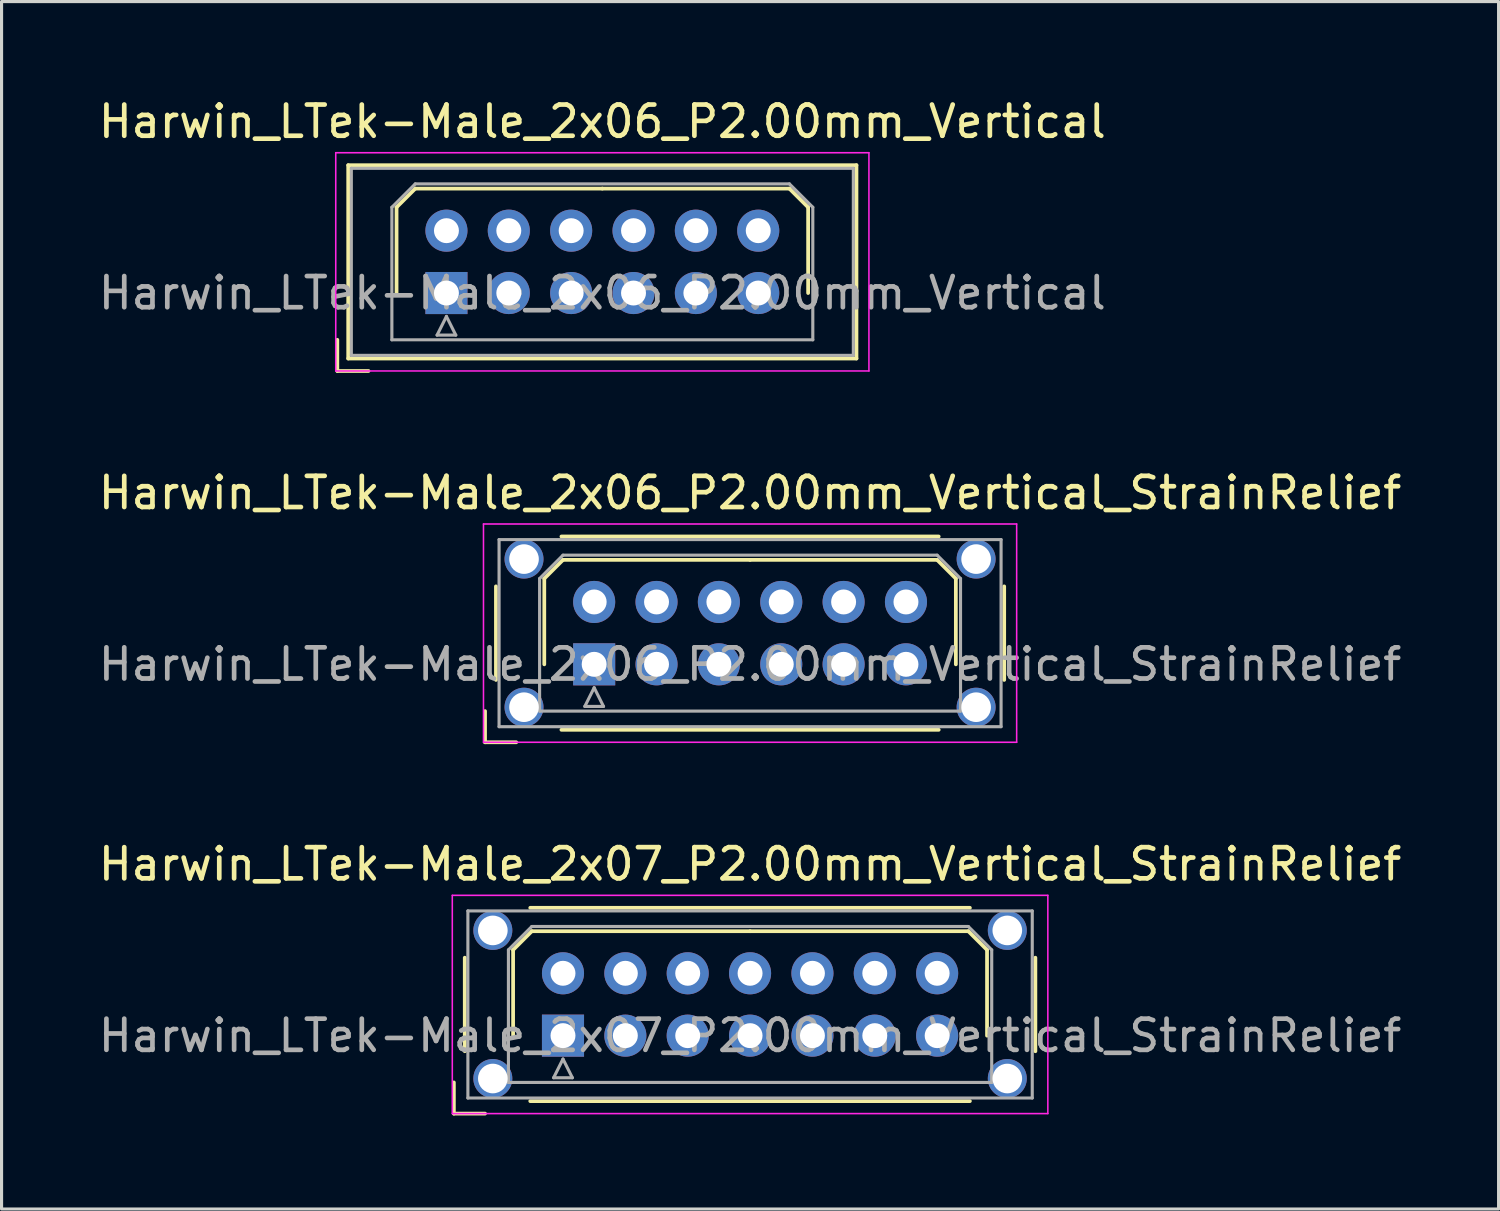
<source format=kicad_pcb>
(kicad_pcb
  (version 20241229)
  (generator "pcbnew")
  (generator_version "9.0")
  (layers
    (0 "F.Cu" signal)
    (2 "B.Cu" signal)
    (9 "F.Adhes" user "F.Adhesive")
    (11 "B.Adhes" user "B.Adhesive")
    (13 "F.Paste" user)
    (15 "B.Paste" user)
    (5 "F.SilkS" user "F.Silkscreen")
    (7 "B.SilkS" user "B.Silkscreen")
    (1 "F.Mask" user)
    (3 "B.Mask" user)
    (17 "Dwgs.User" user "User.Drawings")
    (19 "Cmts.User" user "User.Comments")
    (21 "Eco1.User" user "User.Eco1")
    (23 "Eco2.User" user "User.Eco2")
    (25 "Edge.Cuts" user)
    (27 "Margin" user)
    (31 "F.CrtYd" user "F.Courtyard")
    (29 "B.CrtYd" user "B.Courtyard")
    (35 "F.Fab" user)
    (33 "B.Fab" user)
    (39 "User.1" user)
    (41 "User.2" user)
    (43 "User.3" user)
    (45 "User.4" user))
  (footprint "Harwin_LTek-Male_2x07_P2.00mm_Vertical_StrainRelief"
    (layer "F.Cu")
    (at 15.006 30.165)
    (property "Reference" "Harwin_LTek-Male_2x07_P2.00mm_Vertical_StrainRelief" (at 6 -5.5 0) (layer "F.SilkS") (effects (font (size 1 1) (thickness 0.15))))
    (attr through_hole)
    (fp_line (start -3.5 1.5) (end -3.5 2.5) (stroke (width 0.12) (type solid)) (layer "F.SilkS"))
    (fp_line (start -3.5 2.5) (end -2.5 2.5) (stroke (width 0.12) (type solid)) (layer "F.SilkS"))
    (fp_line (start -3.15 -2.5) (end -3.15 0.5) (stroke (width 0.12) (type solid)) (layer "F.SilkS"))
    (fp_line (start -1.6 -2.75) (end -1 -3.35) (stroke (width 0.12) (type solid)) (layer "F.SilkS"))
    (fp_line (start -1.6 0) (end -1.6 -2.75) (stroke (width 0.12) (type solid)) (layer "F.SilkS"))
    (fp_line (start -1.05 -4.1) (end 13.05 -4.1) (stroke (width 0.12) (type solid)) (layer "F.SilkS"))
    (fp_line (start -1.05 2.1) (end 13.05 2.1) (stroke (width 0.12) (type solid)) (layer "F.SilkS"))
    (fp_line (start -1 -3.35) (end 6 -3.35) (stroke (width 0.12) (type solid)) (layer "F.SilkS"))
    (fp_line (start 13 -3.35) (end 6 -3.35) (stroke (width 0.12) (type solid)) (layer "F.SilkS"))
    (fp_line (start 13.6 -2.75) (end 13 -3.35) (stroke (width 0.12) (type solid)) (layer "F.SilkS"))
    (fp_line (start 13.6 0) (end 13.6 -2.75) (stroke (width 0.12) (type solid)) (layer "F.SilkS"))
    (fp_line (start 15.15 -2.5) (end 15.15 0.5) (stroke (width 0.12) (type solid)) (layer "F.SilkS"))
    (fp_line (start -3.55 -4.5) (end -3.55 2.5) (stroke (width 0.05) (type solid)) (layer "F.CrtYd"))
    (fp_line (start -3.55 2.5) (end 15.55 2.5) (stroke (width 0.05) (type solid)) (layer "F.CrtYd"))
    (fp_line (start 15.55 -4.5) (end -3.55 -4.5) (stroke (width 0.05) (type solid)) (layer "F.CrtYd"))
    (fp_line (start 15.55 2.5) (end 15.55 -4.5) (stroke (width 0.05) (type solid)) (layer "F.CrtYd"))
    (fp_line (start -3.05 -4) (end -3.05 2) (stroke (width 0.1) (type solid)) (layer "F.Fab"))
    (fp_line (start -3.05 2) (end 15.05 2) (stroke (width 0.1) (type solid)) (layer "F.Fab"))
    (fp_line (start -1.75 -2.75) (end -1 -3.5) (stroke (width 0.1) (type solid)) (layer "F.Fab"))
    (fp_line (start -1.75 1.5) (end -1.75 -2.75) (stroke (width 0.1) (type solid)) (layer "F.Fab"))
    (fp_line (start -1 -3.5) (end 13 -3.5) (stroke (width 0.1) (type solid)) (layer "F.Fab"))
    (fp_line (start -0.3 1.35) (end 0.3 1.35) (stroke (width 0.1) (type solid)) (layer "F.Fab"))
    (fp_line (start 0 0.75) (end -0.3 1.35) (stroke (width 0.1) (type solid)) (layer "F.Fab"))
    (fp_line (start 0.3 1.35) (end 0 0.75) (stroke (width 0.1) (type solid)) (layer "F.Fab"))
    (fp_line (start 13 -3.5) (end 13.75 -2.75) (stroke (width 0.1) (type solid)) (layer "F.Fab"))
    (fp_line (start 13.75 -2.75) (end 13.75 1.5) (stroke (width 0.1) (type solid)) (layer "F.Fab"))
    (fp_line (start 13.75 1.5) (end -1.75 1.5) (stroke (width 0.1) (type solid)) (layer "F.Fab"))
    (fp_line (start 15.05 -4) (end -3.05 -4) (stroke (width 0.1) (type solid)) (layer "F.Fab"))
    (fp_line (start 15.05 2) (end 15.05 -4) (stroke (width 0.1) (type solid)) (layer "F.Fab"))
    (fp_text user "${REFERENCE}" (at 6 0 0) (layer "F.Fab") (effects (font (size 1 1) (thickness 0.15))))
    (pad "" thru_hole circle (at -2.25 -3.375) (size 1.25 1.25) (drill 0.95) (layers "*.Cu" "*.Mask"))
    (pad "" thru_hole circle (at -2.25 1.375) (size 1.25 1.25) (drill 0.95) (layers "*.Cu" "*.Mask"))
    (pad "" thru_hole circle (at 14.25 -3.375) (size 1.25 1.25) (drill 0.95) (layers "*.Cu" "*.Mask"))
    (pad "" thru_hole circle (at 14.25 1.375) (size 1.25 1.25) (drill 0.95) (layers "*.Cu" "*.Mask"))
    (pad "1" thru_hole rect (at 0 0) (size 1.35 1.35) (drill 0.8) (layers "*.Cu" "*.Mask"))
    (pad "2" thru_hole circle (at 0 -2) (size 1.35 1.35) (drill 0.8) (layers "*.Cu" "*.Mask"))
    (pad "3" thru_hole circle (at 2 0) (size 1.35 1.35) (drill 0.8) (layers "*.Cu" "*.Mask"))
    (pad "4" thru_hole circle (at 2 -2) (size 1.35 1.35) (drill 0.8) (layers "*.Cu" "*.Mask"))
    (pad "5" thru_hole circle (at 4 0) (size 1.35 1.35) (drill 0.8) (layers "*.Cu" "*.Mask"))
    (pad "6" thru_hole circle (at 4 -2) (size 1.35 1.35) (drill 0.8) (layers "*.Cu" "*.Mask"))
    (pad "7" thru_hole circle (at 6 0) (size 1.35 1.35) (drill 0.8) (layers "*.Cu" "*.Mask"))
    (pad "8" thru_hole circle (at 6 -2) (size 1.35 1.35) (drill 0.8) (layers "*.Cu" "*.Mask"))
    (pad "9" thru_hole circle (at 8 0) (size 1.35 1.35) (drill 0.8) (layers "*.Cu" "*.Mask"))
    (pad "10" thru_hole circle (at 8 -2) (size 1.35 1.35) (drill 0.8) (layers "*.Cu" "*.Mask"))
    (pad "11" thru_hole circle (at 10 0) (size 1.35 1.35) (drill 0.8) (layers "*.Cu" "*.Mask"))
    (pad "12" thru_hole circle (at 10 -2) (size 1.35 1.35) (drill 0.8) (layers "*.Cu" "*.Mask"))
    (pad "13" thru_hole circle (at 12 0) (size 1.35 1.35) (drill 0.8) (layers "*.Cu" "*.Mask"))
    (pad "14" thru_hole circle (at 12 -2) (size 1.35 1.35) (drill 0.8) (layers "*.Cu" "*.Mask")))
  (footprint "Harwin_LTek-Male_2x06_P2.00mm_Vertical"
    (layer "F.Cu")
    (at 11.268 6.348)
    (property "Reference" "Harwin_LTek-Male_2x06_P2.00mm_Vertical" (at 5 -5.5 0) (layer "F.SilkS") (effects (font (size 1 1) (thickness 0.15))))
    (attr through_hole)
    (fp_line (start -3.5 1.5) (end -3.5 2.5) (stroke (width 0.12) (type solid)) (layer "F.SilkS"))
    (fp_line (start -3.5 2.5) (end -2.5 2.5) (stroke (width 0.12) (type solid)) (layer "F.SilkS"))
    (fp_line (start -3.15 -4.1) (end -3.15 2.1) (stroke (width 0.12) (type solid)) (layer "F.SilkS"))
    (fp_line (start -3.15 2.1) (end 13.15 2.1) (stroke (width 0.12) (type solid)) (layer "F.SilkS"))
    (fp_line (start -1.6 -2.75) (end -1 -3.35) (stroke (width 0.12) (type solid)) (layer "F.SilkS"))
    (fp_line (start -1.6 0) (end -1.6 -2.75) (stroke (width 0.12) (type solid)) (layer "F.SilkS"))
    (fp_line (start -1 -3.35) (end 5 -3.35) (stroke (width 0.12) (type solid)) (layer "F.SilkS"))
    (fp_line (start 11 -3.35) (end 5 -3.35) (stroke (width 0.12) (type solid)) (layer "F.SilkS"))
    (fp_line (start 11.6 -2.75) (end 11 -3.35) (stroke (width 0.12) (type solid)) (layer "F.SilkS"))
    (fp_line (start 11.6 0) (end 11.6 -2.75) (stroke (width 0.12) (type solid)) (layer "F.SilkS"))
    (fp_line (start 13.15 -4.1) (end -3.15 -4.1) (stroke (width 0.12) (type solid)) (layer "F.SilkS"))
    (fp_line (start 13.15 2.1) (end 13.15 -4.1) (stroke (width 0.12) (type solid)) (layer "F.SilkS"))
    (fp_line (start -3.55 -4.5) (end -3.55 2.5) (stroke (width 0.05) (type solid)) (layer "F.CrtYd"))
    (fp_line (start -3.55 2.5) (end 13.55 2.5) (stroke (width 0.05) (type solid)) (layer "F.CrtYd"))
    (fp_line (start 13.55 -4.5) (end -3.55 -4.5) (stroke (width 0.05) (type solid)) (layer "F.CrtYd"))
    (fp_line (start 13.55 2.5) (end 13.55 -4.5) (stroke (width 0.05) (type solid)) (layer "F.CrtYd"))
    (fp_line (start -3.05 -4) (end -3.05 2) (stroke (width 0.1) (type solid)) (layer "F.Fab"))
    (fp_line (start -3.05 2) (end 13.05 2) (stroke (width 0.1) (type solid)) (layer "F.Fab"))
    (fp_line (start -1.75 -2.75) (end -1 -3.5) (stroke (width 0.1) (type solid)) (layer "F.Fab"))
    (fp_line (start -1.75 1.5) (end -1.75 -2.75) (stroke (width 0.1) (type solid)) (layer "F.Fab"))
    (fp_line (start -1 -3.5) (end 11 -3.5) (stroke (width 0.1) (type solid)) (layer "F.Fab"))
    (fp_line (start -0.3 1.35) (end 0.3 1.35) (stroke (width 0.1) (type solid)) (layer "F.Fab"))
    (fp_line (start 0 0.75) (end -0.3 1.35) (stroke (width 0.1) (type solid)) (layer "F.Fab"))
    (fp_line (start 0.3 1.35) (end 0 0.75) (stroke (width 0.1) (type solid)) (layer "F.Fab"))
    (fp_line (start 11 -3.5) (end 11.75 -2.75) (stroke (width 0.1) (type solid)) (layer "F.Fab"))
    (fp_line (start 11.75 -2.75) (end 11.75 1.5) (stroke (width 0.1) (type solid)) (layer "F.Fab"))
    (fp_line (start 11.75 1.5) (end -1.75 1.5) (stroke (width 0.1) (type solid)) (layer "F.Fab"))
    (fp_line (start 13.05 -4) (end -3.05 -4) (stroke (width 0.1) (type solid)) (layer "F.Fab"))
    (fp_line (start 13.05 2) (end 13.05 -4) (stroke (width 0.1) (type solid)) (layer "F.Fab"))
    (fp_text user "${REFERENCE}" (at 5 0 0) (layer "F.Fab") (effects (font (size 1 1) (thickness 0.15))))
    (pad "1" thru_hole rect (at 0 0) (size 1.35 1.35) (drill 0.8) (layers "*.Cu" "*.Mask"))
    (pad "2" thru_hole circle (at 0 -2) (size 1.35 1.35) (drill 0.8) (layers "*.Cu" "*.Mask"))
    (pad "3" thru_hole circle (at 2 0) (size 1.35 1.35) (drill 0.8) (layers "*.Cu" "*.Mask"))
    (pad "4" thru_hole circle (at 2 -2) (size 1.35 1.35) (drill 0.8) (layers "*.Cu" "*.Mask"))
    (pad "5" thru_hole circle (at 4 0) (size 1.35 1.35) (drill 0.8) (layers "*.Cu" "*.Mask"))
    (pad "6" thru_hole circle (at 4 -2) (size 1.35 1.35) (drill 0.8) (layers "*.Cu" "*.Mask"))
    (pad "7" thru_hole circle (at 6 0) (size 1.35 1.35) (drill 0.8) (layers "*.Cu" "*.Mask"))
    (pad "8" thru_hole circle (at 6 -2) (size 1.35 1.35) (drill 0.8) (layers "*.Cu" "*.Mask"))
    (pad "9" thru_hole circle (at 8 0) (size 1.35 1.35) (drill 0.8) (layers "*.Cu" "*.Mask"))
    (pad "10" thru_hole circle (at 8 -2) (size 1.35 1.35) (drill 0.8) (layers "*.Cu" "*.Mask"))
    (pad "11" thru_hole circle (at 10 0) (size 1.35 1.35) (drill 0.8) (layers "*.Cu" "*.Mask"))
    (pad "12" thru_hole circle (at 10 -2) (size 1.35 1.35) (drill 0.8) (layers "*.Cu" "*.Mask")))
  (footprint "Harwin_LTek-Male_2x06_P2.00mm_Vertical_StrainRelief"
    (layer "F.Cu")
    (at 16.006 18.256)
    (property "Reference" "Harwin_LTek-Male_2x06_P2.00mm_Vertical_StrainRelief" (at 5 -5.5 0) (layer "F.SilkS") (effects (font (size 1 1) (thickness 0.15))))
    (attr through_hole)
    (fp_line (start -3.5 1.5) (end -3.5 2.5) (stroke (width 0.12) (type solid)) (layer "F.SilkS"))
    (fp_line (start -3.5 2.5) (end -2.5 2.5) (stroke (width 0.12) (type solid)) (layer "F.SilkS"))
    (fp_line (start -3.15 -2.5) (end -3.15 0.5) (stroke (width 0.12) (type solid)) (layer "F.SilkS"))
    (fp_line (start -1.6 -2.75) (end -1 -3.35) (stroke (width 0.12) (type solid)) (layer "F.SilkS"))
    (fp_line (start -1.6 0) (end -1.6 -2.75) (stroke (width 0.12) (type solid)) (layer "F.SilkS"))
    (fp_line (start -1.05 -4.1) (end 11.05 -4.1) (stroke (width 0.12) (type solid)) (layer "F.SilkS"))
    (fp_line (start -1.05 2.1) (end 11.05 2.1) (stroke (width 0.12) (type solid)) (layer "F.SilkS"))
    (fp_line (start -1 -3.35) (end 5 -3.35) (stroke (width 0.12) (type solid)) (layer "F.SilkS"))
    (fp_line (start 11 -3.35) (end 5 -3.35) (stroke (width 0.12) (type solid)) (layer "F.SilkS"))
    (fp_line (start 11.6 -2.75) (end 11 -3.35) (stroke (width 0.12) (type solid)) (layer "F.SilkS"))
    (fp_line (start 11.6 0) (end 11.6 -2.75) (stroke (width 0.12) (type solid)) (layer "F.SilkS"))
    (fp_line (start 13.15 -2.5) (end 13.15 0.5) (stroke (width 0.12) (type solid)) (layer "F.SilkS"))
    (fp_line (start -3.55 -4.5) (end -3.55 2.5) (stroke (width 0.05) (type solid)) (layer "F.CrtYd"))
    (fp_line (start -3.55 2.5) (end 13.55 2.5) (stroke (width 0.05) (type solid)) (layer "F.CrtYd"))
    (fp_line (start 13.55 -4.5) (end -3.55 -4.5) (stroke (width 0.05) (type solid)) (layer "F.CrtYd"))
    (fp_line (start 13.55 2.5) (end 13.55 -4.5) (stroke (width 0.05) (type solid)) (layer "F.CrtYd"))
    (fp_line (start -3.05 -4) (end -3.05 2) (stroke (width 0.1) (type solid)) (layer "F.Fab"))
    (fp_line (start -3.05 2) (end 13.05 2) (stroke (width 0.1) (type solid)) (layer "F.Fab"))
    (fp_line (start -1.75 -2.75) (end -1 -3.5) (stroke (width 0.1) (type solid)) (layer "F.Fab"))
    (fp_line (start -1.75 1.5) (end -1.75 -2.75) (stroke (width 0.1) (type solid)) (layer "F.Fab"))
    (fp_line (start -1 -3.5) (end 11 -3.5) (stroke (width 0.1) (type solid)) (layer "F.Fab"))
    (fp_line (start -0.3 1.35) (end 0.3 1.35) (stroke (width 0.1) (type solid)) (layer "F.Fab"))
    (fp_line (start 0 0.75) (end -0.3 1.35) (stroke (width 0.1) (type solid)) (layer "F.Fab"))
    (fp_line (start 0.3 1.35) (end 0 0.75) (stroke (width 0.1) (type solid)) (layer "F.Fab"))
    (fp_line (start 11 -3.5) (end 11.75 -2.75) (stroke (width 0.1) (type solid)) (layer "F.Fab"))
    (fp_line (start 11.75 -2.75) (end 11.75 1.5) (stroke (width 0.1) (type solid)) (layer "F.Fab"))
    (fp_line (start 11.75 1.5) (end -1.75 1.5) (stroke (width 0.1) (type solid)) (layer "F.Fab"))
    (fp_line (start 13.05 -4) (end -3.05 -4) (stroke (width 0.1) (type solid)) (layer "F.Fab"))
    (fp_line (start 13.05 2) (end 13.05 -4) (stroke (width 0.1) (type solid)) (layer "F.Fab"))
    (fp_text user "${REFERENCE}" (at 5 0 0) (layer "F.Fab") (effects (font (size 1 1) (thickness 0.15))))
    (pad "" thru_hole circle (at -2.25 -3.375) (size 1.25 1.25) (drill 0.95) (layers "*.Cu" "*.Mask"))
    (pad "" thru_hole circle (at -2.25 1.375) (size 1.25 1.25) (drill 0.95) (layers "*.Cu" "*.Mask"))
    (pad "" thru_hole circle (at 12.25 -3.375) (size 1.25 1.25) (drill 0.95) (layers "*.Cu" "*.Mask"))
    (pad "" thru_hole circle (at 12.25 1.375) (size 1.25 1.25) (drill 0.95) (layers "*.Cu" "*.Mask"))
    (pad "1" thru_hole rect (at 0 0) (size 1.35 1.35) (drill 0.8) (layers "*.Cu" "*.Mask"))
    (pad "2" thru_hole circle (at 0 -2) (size 1.35 1.35) (drill 0.8) (layers "*.Cu" "*.Mask"))
    (pad "3" thru_hole circle (at 2 0) (size 1.35 1.35) (drill 0.8) (layers "*.Cu" "*.Mask"))
    (pad "4" thru_hole circle (at 2 -2) (size 1.35 1.35) (drill 0.8) (layers "*.Cu" "*.Mask"))
    (pad "5" thru_hole circle (at 4 0) (size 1.35 1.35) (drill 0.8) (layers "*.Cu" "*.Mask"))
    (pad "6" thru_hole circle (at 4 -2) (size 1.35 1.35) (drill 0.8) (layers "*.Cu" "*.Mask"))
    (pad "7" thru_hole circle (at 6 0) (size 1.35 1.35) (drill 0.8) (layers "*.Cu" "*.Mask"))
    (pad "8" thru_hole circle (at 6 -2) (size 1.35 1.35) (drill 0.8) (layers "*.Cu" "*.Mask"))
    (pad "9" thru_hole circle (at 8 0) (size 1.35 1.35) (drill 0.8) (layers "*.Cu" "*.Mask"))
    (pad "10" thru_hole circle (at 8 -2) (size 1.35 1.35) (drill 0.8) (layers "*.Cu" "*.Mask"))
    (pad "11" thru_hole circle (at 10 0) (size 1.35 1.35) (drill 0.8) (layers "*.Cu" "*.Mask"))
    (pad "12" thru_hole circle (at 10 -2) (size 1.35 1.35) (drill 0.8) (layers "*.Cu" "*.Mask")))
  (gr_rect
    (start -3 -3)
    (end 45.012 35.725)
    (stroke (width 0.1) (type default))
    (fill no)
    (layer "Edge.Cuts")))
</source>
